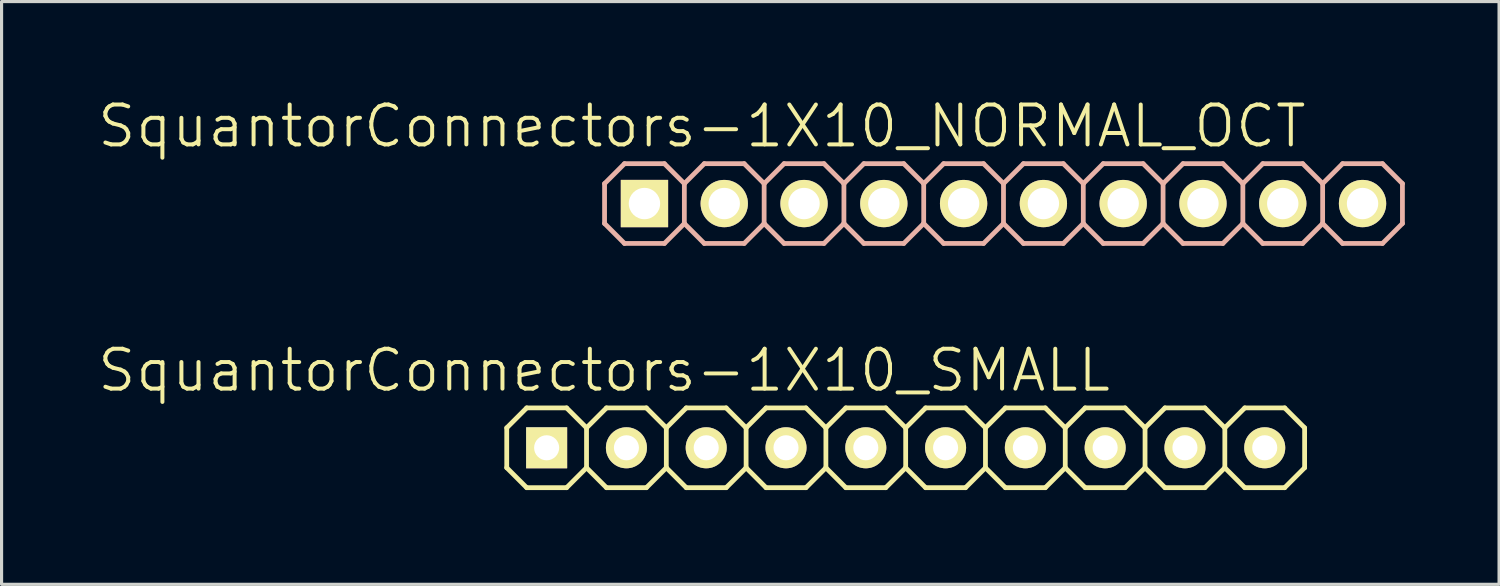
<source format=kicad_pcb>
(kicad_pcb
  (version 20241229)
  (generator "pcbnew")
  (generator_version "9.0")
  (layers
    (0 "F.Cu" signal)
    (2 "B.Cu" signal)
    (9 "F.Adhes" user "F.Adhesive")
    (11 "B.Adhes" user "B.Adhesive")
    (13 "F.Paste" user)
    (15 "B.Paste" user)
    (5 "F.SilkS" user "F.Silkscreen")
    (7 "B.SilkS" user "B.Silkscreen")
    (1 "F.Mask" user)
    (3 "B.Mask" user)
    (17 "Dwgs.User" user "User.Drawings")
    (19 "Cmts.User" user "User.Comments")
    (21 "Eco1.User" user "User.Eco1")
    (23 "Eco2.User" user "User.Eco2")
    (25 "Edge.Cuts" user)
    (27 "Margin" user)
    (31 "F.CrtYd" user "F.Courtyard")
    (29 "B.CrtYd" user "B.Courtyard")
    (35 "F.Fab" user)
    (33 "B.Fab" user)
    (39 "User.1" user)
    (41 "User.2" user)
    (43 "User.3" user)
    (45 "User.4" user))
  (footprint "SquantorConnectors-1X10_NORMAL_OCT"
    (layer "F.Cu")
    (at 28.896 3.43)
    (property "Reference" "SquantorConnectors-1X10_NORMAL_OCT" (at -9.601 -2.464 0) (layer "F.SilkS") (effects (font (size 1.27 1.27) (thickness 0.127))))
    (attr exclude_from_pos_files exclude_from_bom)
    (fp_line (start -11.684 -0.254) (end -11.176 -0.254) (stroke (width 0.066) (type solid)) (layer "F.SilkS"))
    (fp_line (start -11.684 0.254) (end -11.684 -0.254) (stroke (width 0.066) (type solid)) (layer "F.SilkS"))
    (fp_line (start -11.684 0.254) (end -11.176 0.254) (stroke (width 0.066) (type solid)) (layer "F.SilkS"))
    (fp_line (start -11.176 0.254) (end -11.176 -0.254) (stroke (width 0.066) (type solid)) (layer "F.SilkS"))
    (fp_line (start -9.144 -0.254) (end -8.636 -0.254) (stroke (width 0.066) (type solid)) (layer "F.SilkS"))
    (fp_line (start -9.144 0.254) (end -9.144 -0.254) (stroke (width 0.066) (type solid)) (layer "F.SilkS"))
    (fp_line (start -9.144 0.254) (end -8.636 0.254) (stroke (width 0.066) (type solid)) (layer "F.SilkS"))
    (fp_line (start -8.636 0.254) (end -8.636 -0.254) (stroke (width 0.066) (type solid)) (layer "F.SilkS"))
    (fp_line (start -6.604 -0.254) (end -6.096 -0.254) (stroke (width 0.066) (type solid)) (layer "F.SilkS"))
    (fp_line (start -6.604 0.254) (end -6.604 -0.254) (stroke (width 0.066) (type solid)) (layer "F.SilkS"))
    (fp_line (start -6.604 0.254) (end -6.096 0.254) (stroke (width 0.066) (type solid)) (layer "F.SilkS"))
    (fp_line (start -6.096 0.254) (end -6.096 -0.254) (stroke (width 0.066) (type solid)) (layer "F.SilkS"))
    (fp_line (start -4.064 -0.254) (end -3.556 -0.254) (stroke (width 0.066) (type solid)) (layer "F.SilkS"))
    (fp_line (start -4.064 0.254) (end -4.064 -0.254) (stroke (width 0.066) (type solid)) (layer "F.SilkS"))
    (fp_line (start -4.064 0.254) (end -3.556 0.254) (stroke (width 0.066) (type solid)) (layer "F.SilkS"))
    (fp_line (start -3.556 0.254) (end -3.556 -0.254) (stroke (width 0.066) (type solid)) (layer "F.SilkS"))
    (fp_line (start -1.524 -0.254) (end -1.016 -0.254) (stroke (width 0.066) (type solid)) (layer "F.SilkS"))
    (fp_line (start -1.524 0.254) (end -1.524 -0.254) (stroke (width 0.066) (type solid)) (layer "F.SilkS"))
    (fp_line (start -1.524 0.254) (end -1.016 0.254) (stroke (width 0.066) (type solid)) (layer "F.SilkS"))
    (fp_line (start -1.016 0.254) (end -1.016 -0.254) (stroke (width 0.066) (type solid)) (layer "F.SilkS"))
    (fp_line (start 1.016 -0.254) (end 1.524 -0.254) (stroke (width 0.066) (type solid)) (layer "F.SilkS"))
    (fp_line (start 1.016 0.254) (end 1.016 -0.254) (stroke (width 0.066) (type solid)) (layer "F.SilkS"))
    (fp_line (start 1.016 0.254) (end 1.524 0.254) (stroke (width 0.066) (type solid)) (layer "F.SilkS"))
    (fp_line (start 1.524 0.254) (end 1.524 -0.254) (stroke (width 0.066) (type solid)) (layer "F.SilkS"))
    (fp_line (start 3.556 -0.254) (end 4.064 -0.254) (stroke (width 0.066) (type solid)) (layer "F.SilkS"))
    (fp_line (start 3.556 0.254) (end 3.556 -0.254) (stroke (width 0.066) (type solid)) (layer "F.SilkS"))
    (fp_line (start 3.556 0.254) (end 4.064 0.254) (stroke (width 0.066) (type solid)) (layer "F.SilkS"))
    (fp_line (start 4.064 0.254) (end 4.064 -0.254) (stroke (width 0.066) (type solid)) (layer "F.SilkS"))
    (fp_line (start 6.096 -0.254) (end 6.604 -0.254) (stroke (width 0.066) (type solid)) (layer "F.SilkS"))
    (fp_line (start 6.096 0.254) (end 6.096 -0.254) (stroke (width 0.066) (type solid)) (layer "F.SilkS"))
    (fp_line (start 6.096 0.254) (end 6.604 0.254) (stroke (width 0.066) (type solid)) (layer "F.SilkS"))
    (fp_line (start 6.604 0.254) (end 6.604 -0.254) (stroke (width 0.066) (type solid)) (layer "F.SilkS"))
    (fp_line (start 8.636 -0.254) (end 9.144 -0.254) (stroke (width 0.066) (type solid)) (layer "F.SilkS"))
    (fp_line (start 8.636 0.254) (end 8.636 -0.254) (stroke (width 0.066) (type solid)) (layer "F.SilkS"))
    (fp_line (start 8.636 0.254) (end 9.144 0.254) (stroke (width 0.066) (type solid)) (layer "F.SilkS"))
    (fp_line (start 9.144 0.254) (end 9.144 -0.254) (stroke (width 0.066) (type solid)) (layer "F.SilkS"))
    (fp_line (start 11.176 -0.254) (end 11.684 -0.254) (stroke (width 0.066) (type solid)) (layer "F.SilkS"))
    (fp_line (start 11.176 0.254) (end 11.176 -0.254) (stroke (width 0.066) (type solid)) (layer "F.SilkS"))
    (fp_line (start 11.176 0.254) (end 11.684 0.254) (stroke (width 0.066) (type solid)) (layer "F.SilkS"))
    (fp_line (start 11.684 0.254) (end 11.684 -0.254) (stroke (width 0.066) (type solid)) (layer "F.SilkS"))
    (fp_line (start -12.7 -0.635) (end -12.7 0.635) (stroke (width 0.152) (type solid)) (layer "B.SilkS"))
    (fp_line (start -12.7 0.635) (end -12.065 1.27) (stroke (width 0.152) (type solid)) (layer "B.SilkS"))
    (fp_line (start -12.065 -1.27) (end -12.7 -0.635) (stroke (width 0.152) (type solid)) (layer "B.SilkS"))
    (fp_line (start -12.065 -1.27) (end -10.795 -1.27) (stroke (width 0.152) (type solid)) (layer "B.SilkS"))
    (fp_line (start -10.795 -1.27) (end -10.16 -0.635) (stroke (width 0.152) (type solid)) (layer "B.SilkS"))
    (fp_line (start -10.795 1.27) (end -12.065 1.27) (stroke (width 0.152) (type solid)) (layer "B.SilkS"))
    (fp_line (start -10.16 -0.635) (end -10.16 0.635) (stroke (width 0.152) (type solid)) (layer "B.SilkS"))
    (fp_line (start -10.16 -0.635) (end -9.525 -1.27) (stroke (width 0.152) (type solid)) (layer "B.SilkS"))
    (fp_line (start -10.16 0.635) (end -10.795 1.27) (stroke (width 0.152) (type solid)) (layer "B.SilkS"))
    (fp_line (start -9.525 -1.27) (end -8.255 -1.27) (stroke (width 0.152) (type solid)) (layer "B.SilkS"))
    (fp_line (start -9.525 1.27) (end -10.16 0.635) (stroke (width 0.152) (type solid)) (layer "B.SilkS"))
    (fp_line (start -8.255 -1.27) (end -7.62 -0.635) (stroke (width 0.152) (type solid)) (layer "B.SilkS"))
    (fp_line (start -8.255 1.27) (end -9.525 1.27) (stroke (width 0.152) (type solid)) (layer "B.SilkS"))
    (fp_line (start -7.62 -0.635) (end -7.62 0.635) (stroke (width 0.152) (type solid)) (layer "B.SilkS"))
    (fp_line (start -7.62 -0.635) (end -6.985 -1.27) (stroke (width 0.152) (type solid)) (layer "B.SilkS"))
    (fp_line (start -7.62 0.635) (end -8.255 1.27) (stroke (width 0.152) (type solid)) (layer "B.SilkS"))
    (fp_line (start -6.985 -1.27) (end -5.715 -1.27) (stroke (width 0.152) (type solid)) (layer "B.SilkS"))
    (fp_line (start -6.985 1.27) (end -7.62 0.635) (stroke (width 0.152) (type solid)) (layer "B.SilkS"))
    (fp_line (start -5.715 -1.27) (end -5.08 -0.635) (stroke (width 0.152) (type solid)) (layer "B.SilkS"))
    (fp_line (start -5.715 1.27) (end -6.985 1.27) (stroke (width 0.152) (type solid)) (layer "B.SilkS"))
    (fp_line (start -5.08 -0.635) (end -5.08 0.635) (stroke (width 0.152) (type solid)) (layer "B.SilkS"))
    (fp_line (start -5.08 0.635) (end -5.715 1.27) (stroke (width 0.152) (type solid)) (layer "B.SilkS"))
    (fp_line (start -5.08 0.635) (end -4.445 1.27) (stroke (width 0.152) (type solid)) (layer "B.SilkS"))
    (fp_line (start -4.445 -1.27) (end -5.08 -0.635) (stroke (width 0.152) (type solid)) (layer "B.SilkS"))
    (fp_line (start -4.445 -1.27) (end -3.175 -1.27) (stroke (width 0.152) (type solid)) (layer "B.SilkS"))
    (fp_line (start -3.175 -1.27) (end -2.54 -0.635) (stroke (width 0.152) (type solid)) (layer "B.SilkS"))
    (fp_line (start -3.175 1.27) (end -4.445 1.27) (stroke (width 0.152) (type solid)) (layer "B.SilkS"))
    (fp_line (start -2.54 -0.635) (end -2.54 0.635) (stroke (width 0.152) (type solid)) (layer "B.SilkS"))
    (fp_line (start -2.54 -0.635) (end -1.905 -1.27) (stroke (width 0.152) (type solid)) (layer "B.SilkS"))
    (fp_line (start -2.54 0.635) (end -3.175 1.27) (stroke (width 0.152) (type solid)) (layer "B.SilkS"))
    (fp_line (start -1.905 -1.27) (end -0.635 -1.27) (stroke (width 0.152) (type solid)) (layer "B.SilkS"))
    (fp_line (start -1.905 1.27) (end -2.54 0.635) (stroke (width 0.152) (type solid)) (layer "B.SilkS"))
    (fp_line (start -0.635 -1.27) (end 0 -0.635) (stroke (width 0.152) (type solid)) (layer "B.SilkS"))
    (fp_line (start -0.635 1.27) (end -1.905 1.27) (stroke (width 0.152) (type solid)) (layer "B.SilkS"))
    (fp_line (start 0 -0.635) (end 0 0.635) (stroke (width 0.152) (type solid)) (layer "B.SilkS"))
    (fp_line (start 0 -0.635) (end 0.635 -1.27) (stroke (width 0.152) (type solid)) (layer "B.SilkS"))
    (fp_line (start 0 0.635) (end -0.635 1.27) (stroke (width 0.152) (type solid)) (layer "B.SilkS"))
    (fp_line (start 0.635 -1.27) (end 1.905 -1.27) (stroke (width 0.152) (type solid)) (layer "B.SilkS"))
    (fp_line (start 0.635 1.27) (end 0 0.635) (stroke (width 0.152) (type solid)) (layer "B.SilkS"))
    (fp_line (start 1.905 -1.27) (end 2.54 -0.635) (stroke (width 0.152) (type solid)) (layer "B.SilkS"))
    (fp_line (start 1.905 1.27) (end 0.635 1.27) (stroke (width 0.152) (type solid)) (layer "B.SilkS"))
    (fp_line (start 2.54 -0.635) (end 2.54 0.635) (stroke (width 0.152) (type solid)) (layer "B.SilkS"))
    (fp_line (start 2.54 0.635) (end 1.905 1.27) (stroke (width 0.152) (type solid)) (layer "B.SilkS"))
    (fp_line (start 2.54 0.635) (end 3.175 1.27) (stroke (width 0.152) (type solid)) (layer "B.SilkS"))
    (fp_line (start 3.175 -1.27) (end 2.54 -0.635) (stroke (width 0.152) (type solid)) (layer "B.SilkS"))
    (fp_line (start 3.175 -1.27) (end 4.445 -1.27) (stroke (width 0.152) (type solid)) (layer "B.SilkS"))
    (fp_line (start 4.445 -1.27) (end 5.08 -0.635) (stroke (width 0.152) (type solid)) (layer "B.SilkS"))
    (fp_line (start 4.445 1.27) (end 3.175 1.27) (stroke (width 0.152) (type solid)) (layer "B.SilkS"))
    (fp_line (start 5.08 -0.635) (end 5.08 0.635) (stroke (width 0.152) (type solid)) (layer "B.SilkS"))
    (fp_line (start 5.08 -0.635) (end 5.715 -1.27) (stroke (width 0.152) (type solid)) (layer "B.SilkS"))
    (fp_line (start 5.08 0.635) (end 4.445 1.27) (stroke (width 0.152) (type solid)) (layer "B.SilkS"))
    (fp_line (start 5.715 -1.27) (end 6.985 -1.27) (stroke (width 0.152) (type solid)) (layer "B.SilkS"))
    (fp_line (start 5.715 1.27) (end 5.08 0.635) (stroke (width 0.152) (type solid)) (layer "B.SilkS"))
    (fp_line (start 6.985 -1.27) (end 7.62 -0.635) (stroke (width 0.152) (type solid)) (layer "B.SilkS"))
    (fp_line (start 6.985 1.27) (end 5.715 1.27) (stroke (width 0.152) (type solid)) (layer "B.SilkS"))
    (fp_line (start 7.62 -0.635) (end 7.62 0.635) (stroke (width 0.152) (type solid)) (layer "B.SilkS"))
    (fp_line (start 7.62 -0.635) (end 8.255 -1.27) (stroke (width 0.152) (type solid)) (layer "B.SilkS"))
    (fp_line (start 7.62 0.635) (end 6.985 1.27) (stroke (width 0.152) (type solid)) (layer "B.SilkS"))
    (fp_line (start 8.255 -1.27) (end 9.525 -1.27) (stroke (width 0.152) (type solid)) (layer "B.SilkS"))
    (fp_line (start 8.255 1.27) (end 7.62 0.635) (stroke (width 0.152) (type solid)) (layer "B.SilkS"))
    (fp_line (start 9.525 -1.27) (end 10.16 -0.635) (stroke (width 0.152) (type solid)) (layer "B.SilkS"))
    (fp_line (start 9.525 1.27) (end 8.255 1.27) (stroke (width 0.152) (type solid)) (layer "B.SilkS"))
    (fp_line (start 10.16 -0.635) (end 10.16 0.635) (stroke (width 0.152) (type solid)) (layer "B.SilkS"))
    (fp_line (start 10.16 0.635) (end 9.525 1.27) (stroke (width 0.152) (type solid)) (layer "B.SilkS"))
    (fp_line (start 10.16 0.635) (end 10.795 1.27) (stroke (width 0.152) (type solid)) (layer "B.SilkS"))
    (fp_line (start 10.795 -1.27) (end 10.16 -0.635) (stroke (width 0.152) (type solid)) (layer "B.SilkS"))
    (fp_line (start 10.795 -1.27) (end 12.065 -1.27) (stroke (width 0.152) (type solid)) (layer "B.SilkS"))
    (fp_line (start 12.065 -1.27) (end 12.7 -0.635) (stroke (width 0.152) (type solid)) (layer "B.SilkS"))
    (fp_line (start 12.065 1.27) (end 10.795 1.27) (stroke (width 0.152) (type solid)) (layer "B.SilkS"))
    (fp_line (start 12.7 -0.635) (end 12.7 0.635) (stroke (width 0.152) (type solid)) (layer "B.SilkS"))
    (fp_line (start 12.7 0.635) (end 12.065 1.27) (stroke (width 0.152) (type solid)) (layer "B.SilkS"))
    (pad "1" thru_hole rect (at -11.43 0) (size 1.506 1.506) (drill 0.998) (layers "*.Cu" "F.Mask" "F.SilkS" "F.Paste"))
    (pad "2" thru_hole circle (at -8.89 0) (size 1.506 1.506) (drill 0.998) (layers "*.Cu" "F.Mask" "F.SilkS" "F.Paste"))
    (pad "3" thru_hole circle (at -6.35 0) (size 1.506 1.506) (drill 0.998) (layers "*.Cu" "F.Mask" "F.SilkS" "F.Paste"))
    (pad "4" thru_hole circle (at -3.81 0) (size 1.506 1.506) (drill 0.998) (layers "*.Cu" "F.Mask" "F.SilkS" "F.Paste"))
    (pad "5" thru_hole circle (at -1.27 0) (size 1.506 1.506) (drill 0.998) (layers "*.Cu" "F.Mask" "F.SilkS" "F.Paste"))
    (pad "6" thru_hole circle (at 1.27 0) (size 1.506 1.506) (drill 0.998) (layers "*.Cu" "F.Mask" "F.SilkS" "F.Paste"))
    (pad "7" thru_hole circle (at 3.81 0) (size 1.506 1.506) (drill 0.998) (layers "*.Cu" "F.Mask" "F.SilkS" "F.Paste"))
    (pad "8" thru_hole circle (at 6.35 0) (size 1.506 1.506) (drill 0.998) (layers "*.Cu" "F.Mask" "F.SilkS" "F.Paste"))
    (pad "9" thru_hole circle (at 8.89 0) (size 1.506 1.506) (drill 0.998) (layers "*.Cu" "F.Mask" "F.SilkS" "F.Paste"))
    (pad "10" thru_hole circle (at 11.43 0) (size 1.506 1.506) (drill 0.998) (layers "*.Cu" "F.Mask" "F.SilkS" "F.Paste")))
  (footprint "SquantorConnectors-1X10_SMALL"
    (layer "F.Cu")
    (at 25.782 11.205)
    (property "Reference" "SquantorConnectors-1X10_SMALL" (at -9.601 -2.464 0) (layer "F.SilkS") (effects (font (size 1.27 1.27) (thickness 0.127))))
    (attr exclude_from_pos_files exclude_from_bom)
    (fp_line (start -12.7 -0.635) (end -12.7 0.635) (stroke (width 0.152) (type solid)) (layer "F.SilkS"))
    (fp_line (start -12.7 0.635) (end -12.065 1.27) (stroke (width 0.152) (type solid)) (layer "F.SilkS"))
    (fp_line (start -12.065 -1.27) (end -12.7 -0.635) (stroke (width 0.152) (type solid)) (layer "F.SilkS"))
    (fp_line (start -12.065 -1.27) (end -10.795 -1.27) (stroke (width 0.152) (type solid)) (layer "F.SilkS"))
    (fp_line (start -10.795 -1.27) (end -10.16 -0.635) (stroke (width 0.152) (type solid)) (layer "F.SilkS"))
    (fp_line (start -10.795 1.27) (end -12.065 1.27) (stroke (width 0.152) (type solid)) (layer "F.SilkS"))
    (fp_line (start -10.16 -0.635) (end -10.16 0.635) (stroke (width 0.152) (type solid)) (layer "F.SilkS"))
    (fp_line (start -10.16 -0.635) (end -9.525 -1.27) (stroke (width 0.152) (type solid)) (layer "F.SilkS"))
    (fp_line (start -10.16 0.635) (end -10.795 1.27) (stroke (width 0.152) (type solid)) (layer "F.SilkS"))
    (fp_line (start -9.525 -1.27) (end -8.255 -1.27) (stroke (width 0.152) (type solid)) (layer "F.SilkS"))
    (fp_line (start -9.525 1.27) (end -10.16 0.635) (stroke (width 0.152) (type solid)) (layer "F.SilkS"))
    (fp_line (start -8.255 -1.27) (end -7.62 -0.635) (stroke (width 0.152) (type solid)) (layer "F.SilkS"))
    (fp_line (start -8.255 1.27) (end -9.525 1.27) (stroke (width 0.152) (type solid)) (layer "F.SilkS"))
    (fp_line (start -7.62 -0.635) (end -7.62 0.635) (stroke (width 0.152) (type solid)) (layer "F.SilkS"))
    (fp_line (start -7.62 -0.635) (end -6.985 -1.27) (stroke (width 0.152) (type solid)) (layer "F.SilkS"))
    (fp_line (start -7.62 0.635) (end -8.255 1.27) (stroke (width 0.152) (type solid)) (layer "F.SilkS"))
    (fp_line (start -6.985 -1.27) (end -5.715 -1.27) (stroke (width 0.152) (type solid)) (layer "F.SilkS"))
    (fp_line (start -6.985 1.27) (end -7.62 0.635) (stroke (width 0.152) (type solid)) (layer "F.SilkS"))
    (fp_line (start -5.715 -1.27) (end -5.08 -0.635) (stroke (width 0.152) (type solid)) (layer "F.SilkS"))
    (fp_line (start -5.715 1.27) (end -6.985 1.27) (stroke (width 0.152) (type solid)) (layer "F.SilkS"))
    (fp_line (start -5.08 -0.635) (end -5.08 0.635) (stroke (width 0.152) (type solid)) (layer "F.SilkS"))
    (fp_line (start -5.08 0.635) (end -5.715 1.27) (stroke (width 0.152) (type solid)) (layer "F.SilkS"))
    (fp_line (start -5.08 0.635) (end -4.445 1.27) (stroke (width 0.152) (type solid)) (layer "F.SilkS"))
    (fp_line (start -4.445 -1.27) (end -5.08 -0.635) (stroke (width 0.152) (type solid)) (layer "F.SilkS"))
    (fp_line (start -4.445 -1.27) (end -3.175 -1.27) (stroke (width 0.152) (type solid)) (layer "F.SilkS"))
    (fp_line (start -3.175 -1.27) (end -2.54 -0.635) (stroke (width 0.152) (type solid)) (layer "F.SilkS"))
    (fp_line (start -3.175 1.27) (end -4.445 1.27) (stroke (width 0.152) (type solid)) (layer "F.SilkS"))
    (fp_line (start -2.54 -0.635) (end -2.54 0.635) (stroke (width 0.152) (type solid)) (layer "F.SilkS"))
    (fp_line (start -2.54 -0.635) (end -1.905 -1.27) (stroke (width 0.152) (type solid)) (layer "F.SilkS"))
    (fp_line (start -2.54 0.635) (end -3.175 1.27) (stroke (width 0.152) (type solid)) (layer "F.SilkS"))
    (fp_line (start -1.905 -1.27) (end -0.635 -1.27) (stroke (width 0.152) (type solid)) (layer "F.SilkS"))
    (fp_line (start -1.905 1.27) (end -2.54 0.635) (stroke (width 0.152) (type solid)) (layer "F.SilkS"))
    (fp_line (start -0.635 -1.27) (end 0 -0.635) (stroke (width 0.152) (type solid)) (layer "F.SilkS"))
    (fp_line (start -0.635 1.27) (end -1.905 1.27) (stroke (width 0.152) (type solid)) (layer "F.SilkS"))
    (fp_line (start 0 -0.635) (end 0 0.635) (stroke (width 0.152) (type solid)) (layer "F.SilkS"))
    (fp_line (start 0 -0.635) (end 0.635 -1.27) (stroke (width 0.152) (type solid)) (layer "F.SilkS"))
    (fp_line (start 0 0.635) (end -0.635 1.27) (stroke (width 0.152) (type solid)) (layer "F.SilkS"))
    (fp_line (start 0.635 -1.27) (end 1.905 -1.27) (stroke (width 0.152) (type solid)) (layer "F.SilkS"))
    (fp_line (start 0.635 1.27) (end 0 0.635) (stroke (width 0.152) (type solid)) (layer "F.SilkS"))
    (fp_line (start 1.905 -1.27) (end 2.54 -0.635) (stroke (width 0.152) (type solid)) (layer "F.SilkS"))
    (fp_line (start 1.905 1.27) (end 0.635 1.27) (stroke (width 0.152) (type solid)) (layer "F.SilkS"))
    (fp_line (start 2.54 -0.635) (end 2.54 0.635) (stroke (width 0.152) (type solid)) (layer "F.SilkS"))
    (fp_line (start 2.54 0.635) (end 1.905 1.27) (stroke (width 0.152) (type solid)) (layer "F.SilkS"))
    (fp_line (start 2.54 0.635) (end 3.175 1.27) (stroke (width 0.152) (type solid)) (layer "F.SilkS"))
    (fp_line (start 3.175 -1.27) (end 2.54 -0.635) (stroke (width 0.152) (type solid)) (layer "F.SilkS"))
    (fp_line (start 3.175 -1.27) (end 4.445 -1.27) (stroke (width 0.152) (type solid)) (layer "F.SilkS"))
    (fp_line (start 4.445 -1.27) (end 5.08 -0.635) (stroke (width 0.152) (type solid)) (layer "F.SilkS"))
    (fp_line (start 4.445 1.27) (end 3.175 1.27) (stroke (width 0.152) (type solid)) (layer "F.SilkS"))
    (fp_line (start 5.08 -0.635) (end 5.08 0.635) (stroke (width 0.152) (type solid)) (layer "F.SilkS"))
    (fp_line (start 5.08 -0.635) (end 5.715 -1.27) (stroke (width 0.152) (type solid)) (layer "F.SilkS"))
    (fp_line (start 5.08 0.635) (end 4.445 1.27) (stroke (width 0.152) (type solid)) (layer "F.SilkS"))
    (fp_line (start 5.715 -1.27) (end 6.985 -1.27) (stroke (width 0.152) (type solid)) (layer "F.SilkS"))
    (fp_line (start 5.715 1.27) (end 5.08 0.635) (stroke (width 0.152) (type solid)) (layer "F.SilkS"))
    (fp_line (start 6.985 -1.27) (end 7.62 -0.635) (stroke (width 0.152) (type solid)) (layer "F.SilkS"))
    (fp_line (start 6.985 1.27) (end 5.715 1.27) (stroke (width 0.152) (type solid)) (layer "F.SilkS"))
    (fp_line (start 7.62 -0.635) (end 7.62 0.635) (stroke (width 0.152) (type solid)) (layer "F.SilkS"))
    (fp_line (start 7.62 -0.635) (end 8.255 -1.27) (stroke (width 0.152) (type solid)) (layer "F.SilkS"))
    (fp_line (start 7.62 0.635) (end 6.985 1.27) (stroke (width 0.152) (type solid)) (layer "F.SilkS"))
    (fp_line (start 8.255 -1.27) (end 9.525 -1.27) (stroke (width 0.152) (type solid)) (layer "F.SilkS"))
    (fp_line (start 8.255 1.27) (end 7.62 0.635) (stroke (width 0.152) (type solid)) (layer "F.SilkS"))
    (fp_line (start 9.525 -1.27) (end 10.16 -0.635) (stroke (width 0.152) (type solid)) (layer "F.SilkS"))
    (fp_line (start 9.525 1.27) (end 8.255 1.27) (stroke (width 0.152) (type solid)) (layer "F.SilkS"))
    (fp_line (start 10.16 -0.635) (end 10.16 0.635) (stroke (width 0.152) (type solid)) (layer "F.SilkS"))
    (fp_line (start 10.16 0.635) (end 9.525 1.27) (stroke (width 0.152) (type solid)) (layer "F.SilkS"))
    (fp_line (start 10.16 0.635) (end 10.795 1.27) (stroke (width 0.152) (type solid)) (layer "F.SilkS"))
    (fp_line (start 10.795 -1.27) (end 10.16 -0.635) (stroke (width 0.152) (type solid)) (layer "F.SilkS"))
    (fp_line (start 10.795 -1.27) (end 12.065 -1.27) (stroke (width 0.152) (type solid)) (layer "F.SilkS"))
    (fp_line (start 12.065 -1.27) (end 12.7 -0.635) (stroke (width 0.152) (type solid)) (layer "F.SilkS"))
    (fp_line (start 12.065 1.27) (end 10.795 1.27) (stroke (width 0.152) (type solid)) (layer "F.SilkS"))
    (fp_line (start 12.7 -0.635) (end 12.7 0.635) (stroke (width 0.152) (type solid)) (layer "F.SilkS"))
    (fp_line (start 12.7 0.635) (end 12.065 1.27) (stroke (width 0.152) (type solid)) (layer "F.SilkS"))
    (pad "1" thru_hole rect (at -11.43 0) (size 1.306 1.306) (drill 0.798) (layers "*.Cu" "*.Mask" "F.SilkS" "F.Paste"))
    (pad "2" thru_hole circle (at -8.89 0) (size 1.306 1.306) (drill 0.798) (layers "*.Cu" "*.Mask" "F.SilkS" "F.Paste"))
    (pad "3" thru_hole circle (at -6.35 0) (size 1.306 1.306) (drill 0.798) (layers "*.Cu" "*.Mask" "F.SilkS" "F.Paste"))
    (pad "4" thru_hole circle (at -3.81 0) (size 1.306 1.306) (drill 0.798) (layers "*.Cu" "*.Mask" "F.SilkS" "F.Paste"))
    (pad "5" thru_hole circle (at -1.27 0) (size 1.306 1.306) (drill 0.798) (layers "*.Cu" "*.Mask" "F.SilkS" "F.Paste"))
    (pad "6" thru_hole circle (at 1.27 0) (size 1.306 1.306) (drill 0.798) (layers "*.Cu" "*.Mask" "F.SilkS" "F.Paste"))
    (pad "7" thru_hole circle (at 3.81 0) (size 1.306 1.306) (drill 0.798) (layers "*.Cu" "*.Mask" "F.SilkS" "F.Paste"))
    (pad "8" thru_hole circle (at 6.35 0) (size 1.306 1.306) (drill 0.798) (layers "*.Cu" "*.Mask" "F.SilkS" "F.Paste"))
    (pad "9" thru_hole circle (at 8.89 0) (size 1.306 1.306) (drill 0.798) (layers "*.Cu" "*.Mask" "F.SilkS" "F.Paste"))
    (pad "10" thru_hole circle (at 11.43 0) (size 1.306 1.306) (drill 0.798) (layers "*.Cu" "*.Mask" "F.SilkS" "F.Paste")))
  (gr_rect
    (start -3 -3)
    (end 44.672 15.552)
    (stroke (width 0.1) (type default))
    (fill no)
    (layer "Edge.Cuts")))
</source>
